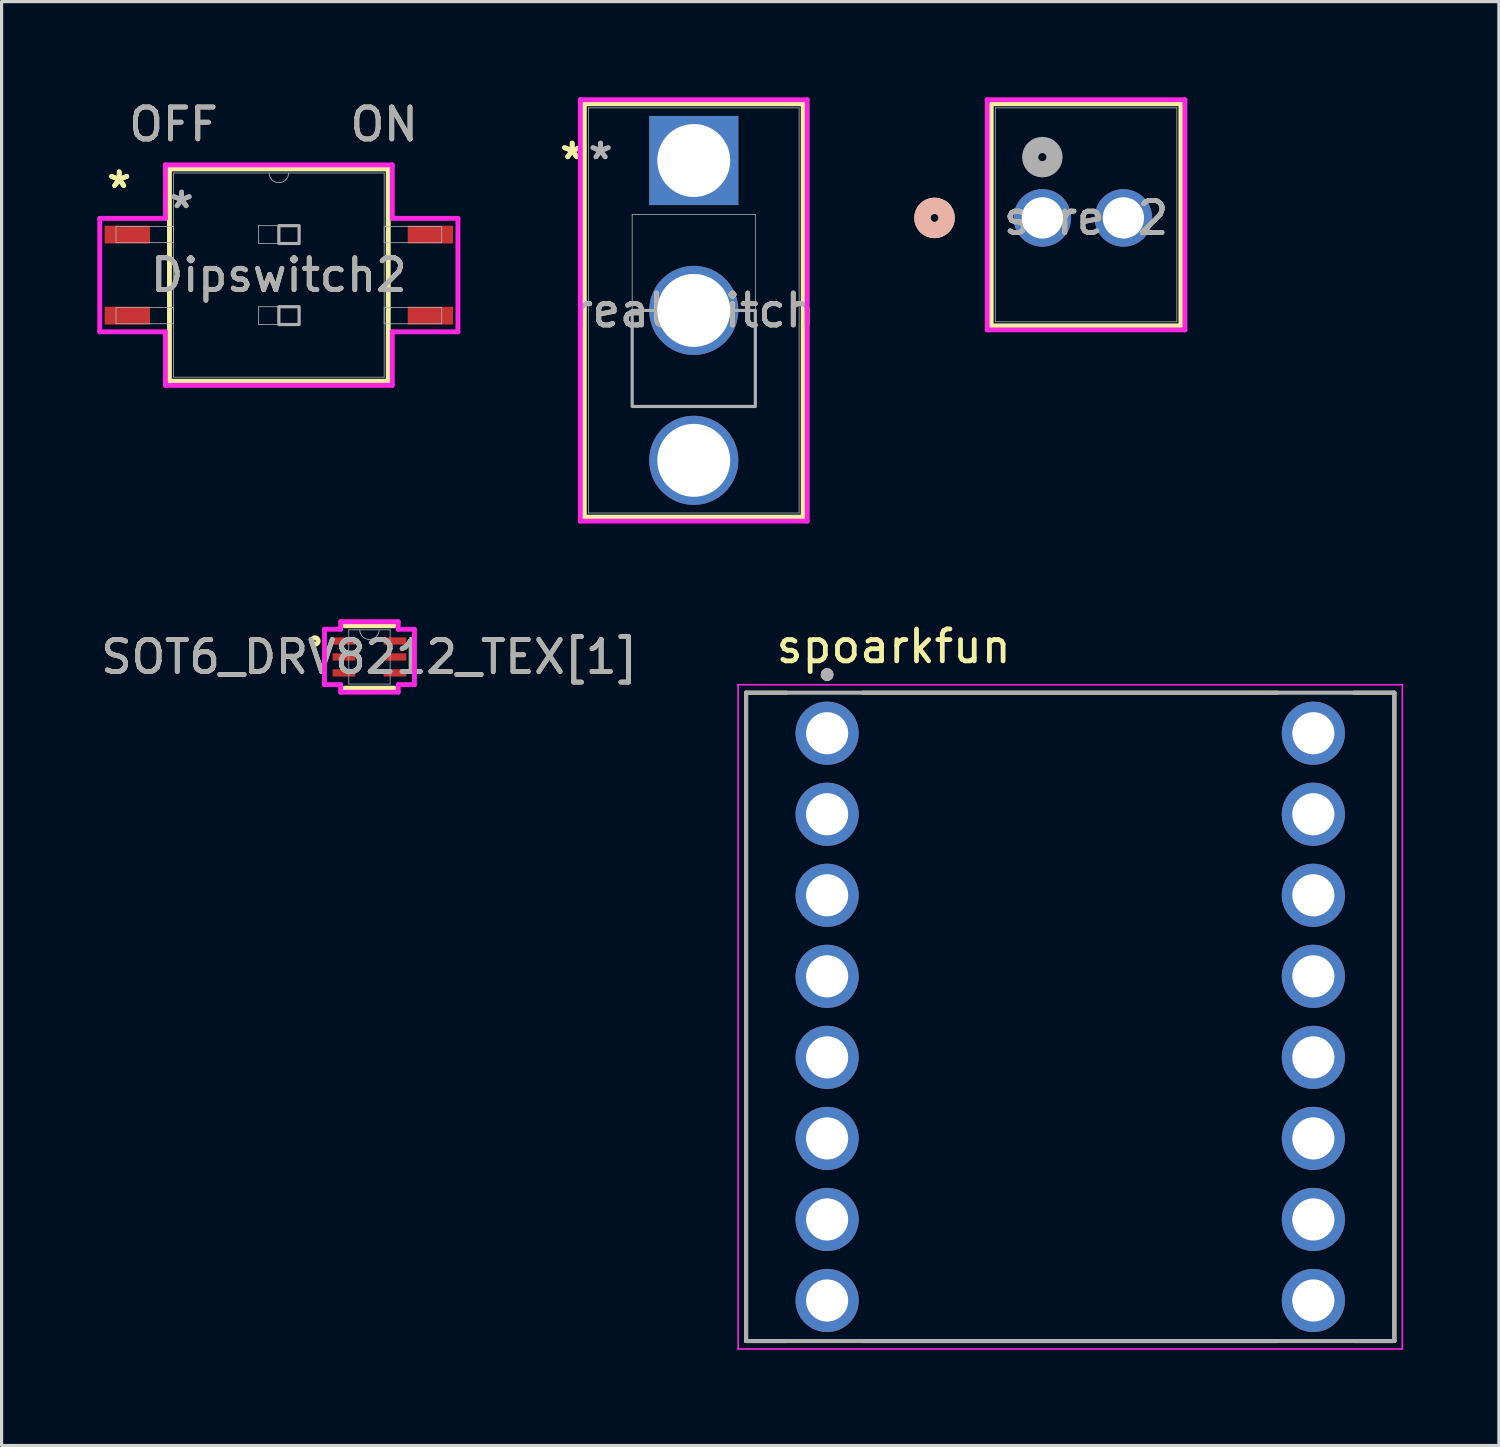
<source format=kicad_pcb>
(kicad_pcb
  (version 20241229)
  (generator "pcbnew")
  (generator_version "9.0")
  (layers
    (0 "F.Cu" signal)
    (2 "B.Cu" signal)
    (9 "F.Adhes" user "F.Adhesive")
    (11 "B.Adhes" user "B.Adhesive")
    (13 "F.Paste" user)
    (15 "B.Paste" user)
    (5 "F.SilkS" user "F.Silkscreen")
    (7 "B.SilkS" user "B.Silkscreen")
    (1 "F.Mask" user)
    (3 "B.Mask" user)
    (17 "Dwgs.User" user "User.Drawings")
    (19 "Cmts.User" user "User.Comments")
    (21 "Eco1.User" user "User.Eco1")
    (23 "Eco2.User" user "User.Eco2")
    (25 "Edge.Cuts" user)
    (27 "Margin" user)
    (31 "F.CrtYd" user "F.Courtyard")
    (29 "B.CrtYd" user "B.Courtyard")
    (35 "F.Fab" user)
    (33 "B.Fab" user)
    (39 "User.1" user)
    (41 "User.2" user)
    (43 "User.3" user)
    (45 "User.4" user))
  (footprint "spoarkfun"
    (layer "F.Cu")
    (at 30.495 28.822)
    (property "Reference" "spoarkfun" (at -5.533 -11.613 0) (layer "F.SilkS") (effects (font (size 1 1) (thickness 0.15))))
    (attr through_hole)
    (fp_line (start -10.16 -10.16) (end -10.16 10.16) (stroke (width 0.127) (type solid)) (layer "F.SilkS"))
    (fp_line (start -8.89 -10.16) (end -10.16 -10.16) (stroke (width 0.127) (type solid)) (layer "F.SilkS"))
    (fp_line (start -8.89 10.16) (end -10.16 10.16) (stroke (width 0.127) (type solid)) (layer "F.SilkS"))
    (fp_line (start -6.5 -10.16) (end 6.5 -10.16) (stroke (width 0.127) (type solid)) (layer "F.SilkS"))
    (fp_line (start -6.5 10.16) (end 6.5 10.16) (stroke (width 0.127) (type solid)) (layer "F.SilkS"))
    (fp_line (start 8.89 -10.16) (end 10.16 -10.16) (stroke (width 0.127) (type solid)) (layer "F.SilkS"))
    (fp_line (start 8.89 10.16) (end 10.16 10.16) (stroke (width 0.127) (type solid)) (layer "F.SilkS"))
    (fp_line (start 10.16 10.16) (end 10.16 -10.16) (stroke (width 0.127) (type solid)) (layer "F.SilkS"))
    (fp_circle (center -7.62 -10.728) (end -7.52 -10.728) (stroke (width 0.2) (type solid)) (fill no) (layer "F.SilkS"))
    (fp_line (start -10.41 -10.41) (end -10.41 10.41) (stroke (width 0.05) (type solid)) (layer "F.CrtYd"))
    (fp_line (start -10.41 10.41) (end 10.41 10.41) (stroke (width 0.05) (type solid)) (layer "F.CrtYd"))
    (fp_line (start 10.41 -10.41) (end -10.41 -10.41) (stroke (width 0.05) (type solid)) (layer "F.CrtYd"))
    (fp_line (start 10.41 10.41) (end 10.41 -10.41) (stroke (width 0.05) (type solid)) (layer "F.CrtYd"))
    (fp_line (start -10.16 -10.16) (end -10.16 10.16) (stroke (width 0.127) (type solid)) (layer "F.Fab"))
    (fp_line (start -10.16 10.16) (end 10.16 10.16) (stroke (width 0.127) (type solid)) (layer "F.Fab"))
    (fp_line (start 10.16 -10.16) (end -10.16 -10.16) (stroke (width 0.127) (type solid)) (layer "F.Fab"))
    (fp_line (start 10.16 10.16) (end 10.16 -10.16) (stroke (width 0.127) (type solid)) (layer "F.Fab"))
    (fp_circle (center -7.62 -10.728) (end -7.52 -10.728) (stroke (width 0.2) (type solid)) (fill no) (layer "F.Fab"))
    (pad "1" thru_hole circle (at -7.62 -8.89) (size 1.98 1.98) (drill 1.32) (layers "*.Cu" "*.Mask"))
    (pad "2" thru_hole circle (at -7.62 -6.35) (size 1.98 1.98) (drill 1.32) (layers "*.Cu" "*.Mask"))
    (pad "3" thru_hole circle (at -7.62 -3.81) (size 1.98 1.98) (drill 1.32) (layers "*.Cu" "*.Mask"))
    (pad "4" thru_hole circle (at -7.62 -1.27) (size 1.98 1.98) (drill 1.32) (layers "*.Cu" "*.Mask"))
    (pad "5" thru_hole circle (at -7.62 1.27) (size 1.98 1.98) (drill 1.32) (layers "*.Cu" "*.Mask"))
    (pad "6" thru_hole circle (at -7.62 3.81) (size 1.98 1.98) (drill 1.32) (layers "*.Cu" "*.Mask"))
    (pad "7" thru_hole circle (at -7.62 6.35) (size 1.98 1.98) (drill 1.32) (layers "*.Cu" "*.Mask"))
    (pad "8" thru_hole circle (at -7.62 8.89) (size 1.98 1.98) (drill 1.32) (layers "*.Cu" "*.Mask"))
    (pad "9" thru_hole circle (at 7.62 8.89) (size 1.98 1.98) (drill 1.32) (layers "*.Cu" "*.Mask"))
    (pad "10" thru_hole circle (at 7.62 6.35) (size 1.98 1.98) (drill 1.32) (layers "*.Cu" "*.Mask"))
    (pad "11" thru_hole circle (at 7.62 3.81) (size 1.98 1.98) (drill 1.32) (layers "*.Cu" "*.Mask"))
    (pad "12" thru_hole circle (at 7.62 1.27) (size 1.98 1.98) (drill 1.32) (layers "*.Cu" "*.Mask"))
    (pad "13" thru_hole circle (at 7.62 -1.27) (size 1.98 1.98) (drill 1.32) (layers "*.Cu" "*.Mask"))
    (pad "14" thru_hole circle (at 7.62 -3.81) (size 1.98 1.98) (drill 1.32) (layers "*.Cu" "*.Mask"))
    (pad "15" thru_hole circle (at 7.62 -6.35) (size 1.98 1.98) (drill 1.32) (layers "*.Cu" "*.Mask"))
    (pad "16" thru_hole circle (at 7.62 -8.89) (size 1.98 1.98) (drill 1.32) (layers "*.Cu" "*.Mask")))
  (footprint "Dipswitch2"
    (layer "F.Cu")
    (at 5.69 5.573)
    (property "Reference" "Dipswitch2" (at 0 0 0) (unlocked yes) (layer "F.SilkS") (effects (font (size 1 1) (thickness 0.15))))
    (attr smd)
    (fp_line (start -3.429 -3.327) (end -3.429 3.327) (stroke (width 0.152) (type solid)) (layer "F.SilkS"))
    (fp_line (start -3.429 3.327) (end 3.429 3.327) (stroke (width 0.152) (type solid)) (layer "F.SilkS"))
    (fp_line (start 3.429 -3.327) (end -3.429 -3.327) (stroke (width 0.152) (type solid)) (layer "F.SilkS"))
    (fp_line (start 3.429 3.327) (end 3.429 -3.327) (stroke (width 0.152) (type solid)) (layer "F.SilkS"))
    (fp_line (start -5.613 -1.778) (end -3.556 -1.778) (stroke (width 0.152) (type solid)) (layer "F.CrtYd"))
    (fp_line (start -5.613 1.778) (end -5.613 -1.778) (stroke (width 0.152) (type solid)) (layer "F.CrtYd"))
    (fp_line (start -3.556 -3.454) (end 3.556 -3.454) (stroke (width 0.152) (type solid)) (layer "F.CrtYd"))
    (fp_line (start -3.556 -1.778) (end -3.556 -3.454) (stroke (width 0.152) (type solid)) (layer "F.CrtYd"))
    (fp_line (start -3.556 1.778) (end -5.613 1.778) (stroke (width 0.152) (type solid)) (layer "F.CrtYd"))
    (fp_line (start -3.556 3.454) (end -3.556 1.778) (stroke (width 0.152) (type solid)) (layer "F.CrtYd"))
    (fp_line (start 3.556 -3.454) (end 3.556 -1.778) (stroke (width 0.152) (type solid)) (layer "F.CrtYd"))
    (fp_line (start 3.556 -1.778) (end 5.613 -1.778) (stroke (width 0.152) (type solid)) (layer "F.CrtYd"))
    (fp_line (start 3.556 1.778) (end 3.556 3.454) (stroke (width 0.152) (type solid)) (layer "F.CrtYd"))
    (fp_line (start 3.556 3.454) (end -3.556 3.454) (stroke (width 0.152) (type solid)) (layer "F.CrtYd"))
    (fp_line (start 5.613 -1.778) (end 5.613 1.778) (stroke (width 0.152) (type solid)) (layer "F.CrtYd"))
    (fp_line (start 5.613 1.778) (end 3.556 1.778) (stroke (width 0.152) (type solid)) (layer "F.CrtYd"))
    (fp_line (start -5.105 -1.524) (end -5.105 -1.016) (stroke (width 0.025) (type solid)) (layer "F.Fab"))
    (fp_line (start -5.105 -1.016) (end -3.302 -1.016) (stroke (width 0.025) (type solid)) (layer "F.Fab"))
    (fp_line (start -5.105 1.016) (end -5.105 1.524) (stroke (width 0.025) (type solid)) (layer "F.Fab"))
    (fp_line (start -5.105 1.524) (end -3.302 1.524) (stroke (width 0.025) (type solid)) (layer "F.Fab"))
    (fp_line (start -3.302 -3.2) (end -3.302 3.2) (stroke (width 0.025) (type solid)) (layer "F.Fab"))
    (fp_line (start -3.302 -1.524) (end -5.105 -1.524) (stroke (width 0.025) (type solid)) (layer "F.Fab"))
    (fp_line (start -3.302 -1.016) (end -3.302 -1.524) (stroke (width 0.025) (type solid)) (layer "F.Fab"))
    (fp_line (start -3.302 1.016) (end -5.105 1.016) (stroke (width 0.025) (type solid)) (layer "F.Fab"))
    (fp_line (start -3.302 1.524) (end -3.302 1.016) (stroke (width 0.025) (type solid)) (layer "F.Fab"))
    (fp_line (start -3.302 3.2) (end 3.302 3.2) (stroke (width 0.025) (type solid)) (layer "F.Fab"))
    (fp_line (start -0.635 -1.549) (end 0.635 -1.549) (stroke (width 0.025) (type solid)) (layer "F.Fab"))
    (fp_line (start -0.635 -0.991) (end -0.635 -1.549) (stroke (width 0.025) (type solid)) (layer "F.Fab"))
    (fp_line (start -0.635 0.991) (end 0.635 0.991) (stroke (width 0.025) (type solid)) (layer "F.Fab"))
    (fp_line (start -0.635 1.549) (end -0.635 0.991) (stroke (width 0.025) (type solid)) (layer "F.Fab"))
    (fp_line (start 0.635 -1.549) (end 0.635 -0.991) (stroke (width 0.025) (type solid)) (layer "F.Fab"))
    (fp_line (start 0.635 -0.991) (end -0.635 -0.991) (stroke (width 0.025) (type solid)) (layer "F.Fab"))
    (fp_line (start 0.635 0.991) (end 0.635 1.549) (stroke (width 0.025) (type solid)) (layer "F.Fab"))
    (fp_line (start 0.635 1.549) (end -0.635 1.549) (stroke (width 0.025) (type solid)) (layer "F.Fab"))
    (fp_line (start 3.302 -3.2) (end -3.302 -3.2) (stroke (width 0.025) (type solid)) (layer "F.Fab"))
    (fp_line (start 3.302 -1.524) (end 3.302 -1.016) (stroke (width 0.025) (type solid)) (layer "F.Fab"))
    (fp_line (start 3.302 -1.016) (end 5.105 -1.016) (stroke (width 0.025) (type solid)) (layer "F.Fab"))
    (fp_line (start 3.302 1.016) (end 3.302 1.524) (stroke (width 0.025) (type solid)) (layer "F.Fab"))
    (fp_line (start 3.302 1.524) (end 5.105 1.524) (stroke (width 0.025) (type solid)) (layer "F.Fab"))
    (fp_line (start 3.302 3.2) (end 3.302 -3.2) (stroke (width 0.025) (type solid)) (layer "F.Fab"))
    (fp_line (start 5.105 -1.524) (end 3.302 -1.524) (stroke (width 0.025) (type solid)) (layer "F.Fab"))
    (fp_line (start 5.105 -1.016) (end 5.105 -1.524) (stroke (width 0.025) (type solid)) (layer "F.Fab"))
    (fp_line (start 5.105 1.016) (end 3.302 1.016) (stroke (width 0.025) (type solid)) (layer "F.Fab"))
    (fp_line (start 5.105 1.524) (end 5.105 1.016) (stroke (width 0.025) (type solid)) (layer "F.Fab"))
    (fp_arc (start 0.3048 -3.2004) (mid 0 -2.8956) (end -0.3048 -3.2004) (stroke (width 0.0254) (type solid)) (layer "F.Fab"))
    (fp_poly (pts (xy 0 -1.549) (xy 0.635 -1.549) (xy 0.635 -0.991) (xy 0 -0.991)) (stroke (width 0.1) (type solid)) (fill no) (layer "F.Fab"))
    (fp_poly (pts (xy 0 0.991) (xy 0.635 0.991) (xy 0.635 1.549) (xy 0 1.549)) (stroke (width 0.1) (type solid)) (fill no) (layer "F.Fab"))
    (fp_text user "*" (at -5.004 -2.692 0) (layer "F.SilkS") (effects (font (size 1 1) (thickness 0.15))))
    (fp_text user "OFF" (at -3.302 -4.724 0) (unlocked yes) (layer "F.SilkS") (effects (font (size 1 1) (thickness 0.15))))
    (fp_text user "*" (at -5.004 -2.692 0) (unlocked yes) (layer "F.SilkS") (effects (font (size 1 1) (thickness 0.15))))
    (fp_text user "ON" (at 3.302 -4.724 0) (unlocked yes) (layer "F.SilkS") (effects (font (size 1 1) (thickness 0.15))))
    (fp_text user "*" (at -3.048 -2.057 0) (unlocked yes) (layer "F.Fab") (effects (font (size 1 1) (thickness 0.15))))
    (fp_text user "*" (at -3.048 -2.057 0) (layer "F.Fab") (effects (font (size 1 1) (thickness 0.15))))
    (fp_text user "OFF" (at -3.302 -4.724 0) (unlocked yes) (layer "F.Fab") (effects (font (size 1 1) (thickness 0.15))))
    (fp_text user "ON" (at 3.302 -4.724 0) (unlocked yes) (layer "F.Fab") (effects (font (size 1 1) (thickness 0.15))))
    (fp_text user "${REFERENCE}" (at 0 0 0) (unlocked yes) (layer "F.Fab") (effects (font (size 1 1) (thickness 0.15))))
    (pad "1" smd rect (at -4.75 -1.27) (size 1.422 0.559) (layers "F.Cu" "F.Mask" "F.Paste"))
    (pad "2" smd rect (at -4.75 1.27) (size 1.422 0.559) (layers "F.Cu" "F.Mask" "F.Paste"))
    (pad "3" smd rect (at 4.75 1.27) (size 1.422 0.559) (layers "F.Cu" "F.Mask" "F.Paste"))
    (pad "4" smd rect (at 4.75 -1.27) (size 1.422 0.559) (layers "F.Cu" "F.Mask" "F.Paste")))
  (footprint "screw2"
    (layer "F.Cu")
    (at 29.621 3.78)
    (property "Reference" "screw2" (at 1.37 0 0) (unlocked yes) (layer "F.SilkS") (effects (font (size 1 1) (thickness 0.15))))
    (attr through_hole)
    (fp_line (start -1.602 -3.577) (end -1.602 3.383) (stroke (width 0.152) (type solid)) (layer "F.SilkS"))
    (fp_line (start -1.602 3.383) (end 4.342 3.383) (stroke (width 0.152) (type solid)) (layer "F.SilkS"))
    (fp_line (start 4.342 -3.577) (end -1.602 -3.577) (stroke (width 0.152) (type solid)) (layer "F.SilkS"))
    (fp_line (start 4.342 3.383) (end 4.342 -3.577) (stroke (width 0.152) (type solid)) (layer "F.SilkS"))
    (fp_circle (center -3.38 0) (end -2.999 0) (stroke (width 0.508) (type solid)) (fill no) (layer "F.SilkS"))
    (fp_circle (center -3.38 0) (end -2.999 0) (stroke (width 0.508) (type solid)) (fill no) (layer "B.SilkS"))
    (fp_line (start -1.729 -3.704) (end -1.729 3.51) (stroke (width 0.152) (type solid)) (layer "F.CrtYd"))
    (fp_line (start -1.729 3.51) (end 4.469 3.51) (stroke (width 0.152) (type solid)) (layer "F.CrtYd"))
    (fp_line (start 4.469 -3.704) (end -1.729 -3.704) (stroke (width 0.152) (type solid)) (layer "F.CrtYd"))
    (fp_line (start 4.469 3.51) (end 4.469 -3.704) (stroke (width 0.152) (type solid)) (layer "F.CrtYd"))
    (fp_line (start -1.475 -3.45) (end -1.475 3.256) (stroke (width 0.025) (type solid)) (layer "F.Fab"))
    (fp_line (start -1.475 3.256) (end 4.215 3.256) (stroke (width 0.025) (type solid)) (layer "F.Fab"))
    (fp_line (start 4.215 -3.45) (end -1.475 -3.45) (stroke (width 0.025) (type solid)) (layer "F.Fab"))
    (fp_line (start 4.215 3.256) (end 4.215 -3.45) (stroke (width 0.025) (type solid)) (layer "F.Fab"))
    (fp_circle (center 0 -1.905) (end 0.381 -1.905) (stroke (width 0.508) (type solid)) (fill no) (layer "F.Fab"))
    (fp_text user "${REFERENCE}" (at 1.37 0 0) (unlocked yes) (layer "F.Fab") (effects (font (size 1 1) (thickness 0.15))))
    (pad "1" thru_hole circle (at 0 0) (size 1.803 1.803) (drill 1.295) (layers "*.Cu" "*.Mask"))
    (pad "2" thru_hole circle (at 2.54 0) (size 1.803 1.803) (drill 1.295) (layers "*.Cu" "*.Mask")))
  (footprint "SOT6_DRV8212_TEX[1]"
    (layer "F.Cu")
    (at 8.53 17.541)
    (property "Reference" "SOT6_DRV8212_TEX[1]" (at 0 0 0) (unlocked yes) (layer "F.SilkS") (effects (font (size 1 1) (thickness 0.15))))
    (attr smd)
    (fp_line (start -0.775 0.978) (end 0.775 0.978) (stroke (width 0.152) (type solid)) (layer "F.SilkS"))
    (fp_line (start 0.775 -0.978) (end -0.775 -0.978) (stroke (width 0.152) (type solid)) (layer "F.SilkS"))
    (fp_circle (center -1.707 -0.5) (end -1.605 -0.5) (stroke (width 0.152) (type solid)) (fill no) (layer "F.SilkS"))
    (fp_line (start -1.41 -0.868) (end -0.902 -0.868) (stroke (width 0.152) (type solid)) (layer "F.CrtYd"))
    (fp_line (start -1.41 0.868) (end -1.41 -0.868) (stroke (width 0.152) (type solid)) (layer "F.CrtYd"))
    (fp_line (start -1.41 0.868) (end -0.902 0.868) (stroke (width 0.152) (type solid)) (layer "F.CrtYd"))
    (fp_line (start -0.902 -1.105) (end 0.902 -1.105) (stroke (width 0.152) (type solid)) (layer "F.CrtYd"))
    (fp_line (start -0.902 -0.868) (end -0.902 -1.105) (stroke (width 0.152) (type solid)) (layer "F.CrtYd"))
    (fp_line (start -0.902 1.105) (end -0.902 0.868) (stroke (width 0.152) (type solid)) (layer "F.CrtYd"))
    (fp_line (start 0.902 -1.105) (end 0.902 -0.868) (stroke (width 0.152) (type solid)) (layer "F.CrtYd"))
    (fp_line (start 0.902 0.868) (end 0.902 1.105) (stroke (width 0.152) (type solid)) (layer "F.CrtYd"))
    (fp_line (start 0.902 1.105) (end -0.902 1.105) (stroke (width 0.152) (type solid)) (layer "F.CrtYd"))
    (fp_line (start 1.41 -0.868) (end 0.902 -0.868) (stroke (width 0.152) (type solid)) (layer "F.CrtYd"))
    (fp_line (start 1.41 -0.868) (end 1.41 0.868) (stroke (width 0.152) (type solid)) (layer "F.CrtYd"))
    (fp_line (start 1.41 0.868) (end 0.902 0.868) (stroke (width 0.152) (type solid)) (layer "F.CrtYd"))
    (fp_line (start -0.648 -0.851) (end -0.648 0.851) (stroke (width 0.025) (type solid)) (layer "F.Fab"))
    (fp_line (start -0.648 0.851) (end 0.648 0.851) (stroke (width 0.025) (type solid)) (layer "F.Fab"))
    (fp_line (start 0.648 -0.851) (end -0.648 -0.851) (stroke (width 0.025) (type solid)) (layer "F.Fab"))
    (fp_line (start 0.648 0.851) (end 0.648 -0.851) (stroke (width 0.025) (type solid)) (layer "F.Fab"))
    (fp_arc (start 0.3048 -0.8509) (mid 0 -0.5461) (end -0.3048 -0.8509) (stroke (width 0.0254) (type solid)) (layer "F.Fab"))
    (fp_circle (center -0.445 -0.5) (end -0.368 -0.5) (stroke (width 0.025) (type solid)) (fill no) (layer "F.Fab"))
    (fp_text user "${REFERENCE}" (at 0 0 0) (unlocked yes) (layer "F.Fab") (effects (font (size 1 1) (thickness 0.15))))
    (pad "1" smd rect (at -0.8 -0.5) (size 0.711 0.229) (layers "F.Cu" "F.Mask" "F.Paste"))
    (pad "2" smd rect (at -0.8 0) (size 0.711 0.229) (layers "F.Cu" "F.Mask" "F.Paste"))
    (pad "3" smd rect (at -0.8 0.5) (size 0.711 0.229) (layers "F.Cu" "F.Mask" "F.Paste"))
    (pad "4" smd rect (at 0.8 0.5) (size 0.711 0.229) (layers "F.Cu" "F.Mask" "F.Paste"))
    (pad "5" smd rect (at 0.8 0) (size 0.711 0.229) (layers "F.Cu" "F.Mask" "F.Paste"))
    (pad "6" smd rect (at 0.8 -0.5) (size 0.711 0.229) (layers "F.Cu" "F.Mask" "F.Paste")))
  (footprint "realswitch"
    (layer "F.Cu")
    (at 18.695 1.981)
    (property "Reference" "realswitch" (at 0 4.699 0) (unlocked yes) (layer "F.SilkS") (effects (font (size 1 1) (thickness 0.15))))
    (attr through_hole)
    (fp_line (start -3.429 -1.778) (end -3.429 11.176) (stroke (width 0.152) (type solid)) (layer "F.SilkS"))
    (fp_line (start -3.429 11.176) (end 3.429 11.176) (stroke (width 0.152) (type solid)) (layer "F.SilkS"))
    (fp_line (start 3.429 -1.778) (end -3.429 -1.778) (stroke (width 0.152) (type solid)) (layer "F.SilkS"))
    (fp_line (start 3.429 11.176) (end 3.429 -1.778) (stroke (width 0.152) (type solid)) (layer "F.SilkS"))
    (fp_line (start -3.556 -1.905) (end -3.556 11.303) (stroke (width 0.152) (type solid)) (layer "F.CrtYd"))
    (fp_line (start -3.556 11.303) (end 3.556 11.303) (stroke (width 0.152) (type solid)) (layer "F.CrtYd"))
    (fp_line (start 3.556 -1.905) (end -3.556 -1.905) (stroke (width 0.152) (type solid)) (layer "F.CrtYd"))
    (fp_line (start 3.556 11.303) (end 3.556 -1.905) (stroke (width 0.152) (type solid)) (layer "F.CrtYd"))
    (fp_line (start -3.302 -1.651) (end -3.302 11.049) (stroke (width 0.025) (type solid)) (layer "F.Fab"))
    (fp_line (start -3.302 11.049) (end 3.302 11.049) (stroke (width 0.025) (type solid)) (layer "F.Fab"))
    (fp_line (start -1.93 1.689) (end 1.93 1.689) (stroke (width 0.025) (type solid)) (layer "F.Fab"))
    (fp_line (start -1.93 7.709) (end -1.93 1.689) (stroke (width 0.025) (type solid)) (layer "F.Fab"))
    (fp_line (start 1.93 1.689) (end 1.93 7.709) (stroke (width 0.025) (type solid)) (layer "F.Fab"))
    (fp_line (start 1.93 7.709) (end -1.93 7.709) (stroke (width 0.025) (type solid)) (layer "F.Fab"))
    (fp_line (start 3.302 -1.651) (end -3.302 -1.651) (stroke (width 0.025) (type solid)) (layer "F.Fab"))
    (fp_line (start 3.302 11.049) (end 3.302 -1.651) (stroke (width 0.025) (type solid)) (layer "F.Fab"))
    (fp_poly (pts (xy -1.93 7.709) (xy -1.93 4.699) (xy 1.93 4.699) (xy 1.93 7.709)) (stroke (width 0.1) (type solid)) (fill no) (layer "F.Fab"))
    (fp_text user "*" (at -3.81 0 0) (layer "F.SilkS") (effects (font (size 1 1) (thickness 0.15))))
    (fp_text user "*" (at -3.81 0 0) (unlocked yes) (layer "F.SilkS") (effects (font (size 1 1) (thickness 0.15))))
    (fp_text user "*" (at -2.921 0 0) (unlocked yes) (layer "F.Fab") (effects (font (size 1 1) (thickness 0.15))))
    (fp_text user "${REFERENCE}" (at 0 4.699 0) (unlocked yes) (layer "F.Fab") (effects (font (size 1 1) (thickness 0.15))))
    (fp_text user "*" (at -2.921 0 0) (layer "F.Fab") (effects (font (size 1 1) (thickness 0.15))))
    (pad "1" thru_hole rect (at 0 0) (size 2.794 2.794) (drill 2.286) (layers "*.Cu" "*.Mask"))
    (pad "2" thru_hole circle (at 0 4.699) (size 2.794 2.794) (drill 2.286) (layers "*.Cu" "*.Mask"))
    (pad "3" thru_hole circle (at 0 9.398) (size 2.794 2.794) (drill 2.286) (layers "*.Cu" "*.Mask")))
  (gr_rect
    (start -3 -3)
    (end 43.93 42.257)
    (stroke (width 0.1) (type default))
    (fill no)
    (layer "Edge.Cuts")))
</source>
